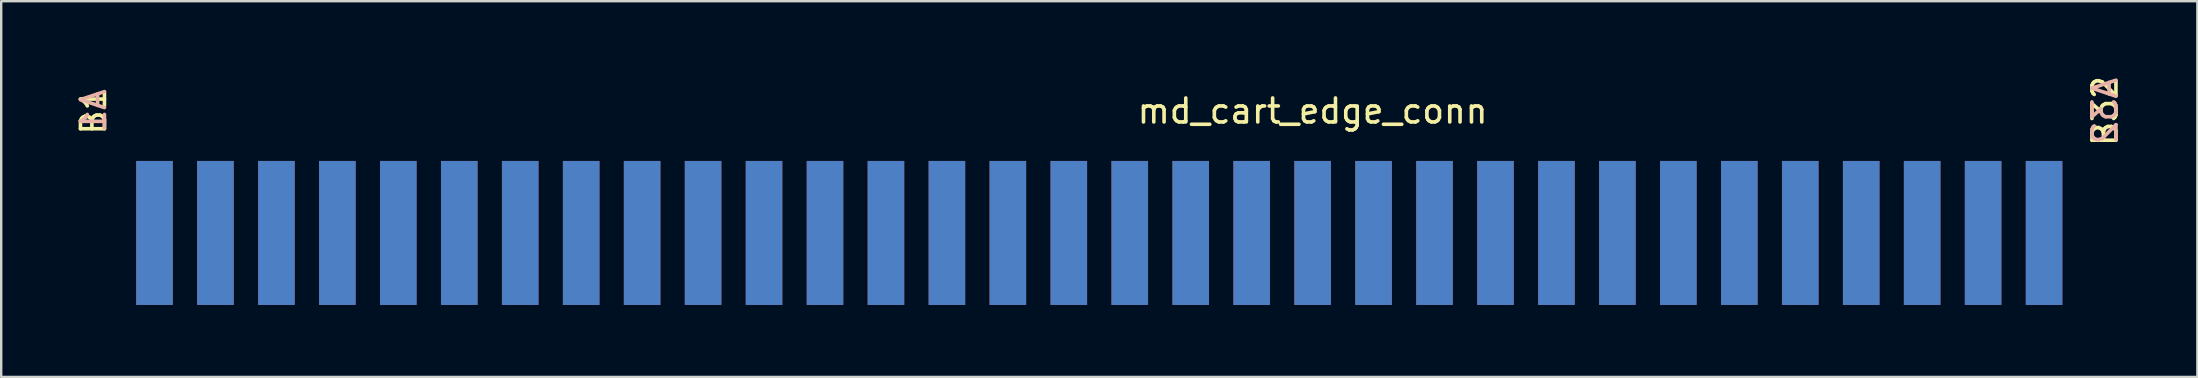
<source format=kicad_pcb>
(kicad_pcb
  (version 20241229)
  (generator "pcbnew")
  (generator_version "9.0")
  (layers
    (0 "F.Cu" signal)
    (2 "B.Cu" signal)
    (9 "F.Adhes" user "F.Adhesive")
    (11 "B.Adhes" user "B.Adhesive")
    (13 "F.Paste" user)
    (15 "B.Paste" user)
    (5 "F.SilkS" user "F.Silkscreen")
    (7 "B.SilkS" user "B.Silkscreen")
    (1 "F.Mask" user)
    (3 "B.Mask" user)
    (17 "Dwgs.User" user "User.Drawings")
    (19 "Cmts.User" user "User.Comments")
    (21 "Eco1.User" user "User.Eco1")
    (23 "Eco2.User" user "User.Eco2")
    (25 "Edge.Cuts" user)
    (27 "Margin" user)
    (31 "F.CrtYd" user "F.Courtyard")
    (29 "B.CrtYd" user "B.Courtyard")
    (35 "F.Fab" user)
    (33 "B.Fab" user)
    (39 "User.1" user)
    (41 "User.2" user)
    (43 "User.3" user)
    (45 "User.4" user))
  (footprint "md_cart_edge_conn"
    (layer "F.Cu")
    (at 3.388 6.657)
    (property "Reference" "md_cart_edge_conn" (at 48.26 -5.08 0) (layer "F.SilkS") (effects (font (size 1 1) (thickness 0.15))))
    (attr through_hole)
    (fp_text user "B32" (at 81.28 -5.08 90) (layer "F.SilkS") (effects (font (size 1 1) (thickness 0.15))))
    (fp_text user "B1" (at -2.54 -5.08 90) (layer "F.SilkS") (effects (font (size 1 1) (thickness 0.15))))
    (fp_text user "A1" (at -2.54 -5.08 90) (layer "B.SilkS") (effects (font (size 1 1) (thickness 0.15)) (justify mirror)))
    (fp_text user "A32" (at 81.28 -5.08 90) (layer "B.SilkS") (effects (font (size 1 1) (thickness 0.15)) (justify mirror)))
    (pad "A01" smd rect (at 0 0) (size 1.524 6) (layers "B.Cu" "B.Mask" "B.Paste"))
    (pad "A02" smd rect (at 2.54 0) (size 1.524 6) (layers "B.Cu" "B.Mask" "B.Paste"))
    (pad "A03" smd rect (at 5.08 0) (size 1.524 6) (layers "B.Cu" "B.Mask" "B.Paste"))
    (pad "A04" smd rect (at 7.62 0) (size 1.524 6) (layers "B.Cu" "B.Mask" "B.Paste"))
    (pad "A05" smd rect (at 10.16 0) (size 1.524 6) (layers "B.Cu" "B.Mask" "B.Paste"))
    (pad "A06" smd rect (at 12.7 0) (size 1.524 6) (layers "B.Cu" "B.Mask" "B.Paste"))
    (pad "A07" smd rect (at 15.24 0) (size 1.524 6) (layers "B.Cu" "B.Mask" "B.Paste"))
    (pad "A08" smd rect (at 17.78 0) (size 1.524 6) (layers "B.Cu" "B.Mask" "B.Paste"))
    (pad "A09" smd rect (at 20.32 0) (size 1.524 6) (layers "B.Cu" "B.Mask" "B.Paste"))
    (pad "A10" smd rect (at 22.86 0) (size 1.524 6) (layers "B.Cu" "B.Mask" "B.Paste"))
    (pad "A11" smd rect (at 25.4 0) (size 1.524 6) (layers "B.Cu" "B.Mask" "B.Paste"))
    (pad "A12" smd rect (at 27.94 0) (size 1.524 6) (layers "B.Cu" "B.Mask" "B.Paste"))
    (pad "A13" smd rect (at 30.48 0) (size 1.524 6) (layers "B.Cu" "B.Mask" "B.Paste"))
    (pad "A14" smd rect (at 33.02 0) (size 1.524 6) (layers "B.Cu" "B.Mask" "B.Paste"))
    (pad "A15" smd rect (at 35.56 0) (size 1.524 6) (layers "B.Cu" "B.Mask" "B.Paste"))
    (pad "A16" smd rect (at 38.1 0) (size 1.524 6) (layers "B.Cu" "B.Mask" "B.Paste"))
    (pad "A17" smd rect (at 40.64 0) (size 1.524 6) (layers "B.Cu" "B.Mask" "B.Paste"))
    (pad "A18" smd rect (at 43.18 0) (size 1.524 6) (layers "B.Cu" "B.Mask" "B.Paste"))
    (pad "A19" smd rect (at 45.72 0) (size 1.524 6) (layers "B.Cu" "B.Mask" "B.Paste"))
    (pad "A20" smd rect (at 48.26 0) (size 1.524 6) (layers "B.Cu" "B.Mask" "B.Paste"))
    (pad "A21" smd rect (at 50.8 0) (size 1.524 6) (layers "B.Cu" "B.Mask" "B.Paste"))
    (pad "A22" smd rect (at 53.34 0) (size 1.524 6) (layers "B.Cu" "B.Mask" "B.Paste"))
    (pad "A23" smd rect (at 55.88 0) (size 1.524 6) (layers "B.Cu" "B.Mask" "B.Paste"))
    (pad "A24" smd rect (at 58.42 0) (size 1.524 6) (layers "B.Cu" "B.Mask" "B.Paste"))
    (pad "A25" smd rect (at 60.96 0) (size 1.524 6) (layers "B.Cu" "B.Mask" "B.Paste"))
    (pad "A26" smd rect (at 63.5 0) (size 1.524 6) (layers "B.Cu" "B.Mask" "B.Paste"))
    (pad "A27" smd rect (at 66.04 0) (size 1.524 6) (layers "B.Cu" "B.Mask" "B.Paste"))
    (pad "A28" smd rect (at 68.58 0) (size 1.524 6) (layers "B.Cu" "B.Mask" "B.Paste"))
    (pad "A29" smd rect (at 71.12 0) (size 1.524 6) (layers "B.Cu" "B.Mask" "B.Paste"))
    (pad "A30" smd rect (at 73.66 0) (size 1.524 6) (layers "B.Cu" "B.Mask" "B.Paste"))
    (pad "A31" smd rect (at 76.2 0) (size 1.524 6) (layers "B.Cu" "B.Mask" "B.Paste"))
    (pad "A32" smd rect (at 78.74 0) (size 1.524 6) (layers "B.Cu" "B.Mask" "B.Paste"))
    (pad "B01" smd rect (at 0 0) (size 1.524 6) (layers "F.Cu" "F.Mask" "F.Paste"))
    (pad "B02" smd rect (at 2.54 0) (size 1.524 6) (layers "F.Cu" "F.Mask" "F.Paste"))
    (pad "B03" smd rect (at 5.08 0) (size 1.524 6) (layers "F.Cu" "F.Mask" "F.Paste"))
    (pad "B04" smd rect (at 7.62 0) (size 1.524 6) (layers "F.Cu" "F.Mask" "F.Paste"))
    (pad "B05" smd rect (at 10.16 0) (size 1.524 6) (layers "F.Cu" "F.Mask" "F.Paste"))
    (pad "B06" smd rect (at 12.7 0) (size 1.524 6) (layers "F.Cu" "F.Mask" "F.Paste"))
    (pad "B07" smd rect (at 15.24 0) (size 1.524 6) (layers "F.Cu" "F.Mask" "F.Paste"))
    (pad "B08" smd rect (at 17.78 0) (size 1.524 6) (layers "F.Cu" "F.Mask" "F.Paste"))
    (pad "B09" smd rect (at 20.32 0) (size 1.524 6) (layers "F.Cu" "F.Mask" "F.Paste"))
    (pad "B10" smd rect (at 22.86 0) (size 1.524 6) (layers "F.Cu" "F.Mask" "F.Paste"))
    (pad "B11" smd rect (at 25.4 0) (size 1.524 6) (layers "F.Cu" "F.Mask" "F.Paste"))
    (pad "B12" smd rect (at 27.94 0) (size 1.524 6) (layers "F.Cu" "F.Mask" "F.Paste"))
    (pad "B13" smd rect (at 30.48 0) (size 1.524 6) (layers "F.Cu" "F.Mask" "F.Paste"))
    (pad "B14" smd rect (at 33.02 0) (size 1.524 6) (layers "F.Cu" "F.Mask" "F.Paste"))
    (pad "B15" smd rect (at 35.56 0) (size 1.524 6) (layers "F.Cu" "F.Mask" "F.Paste"))
    (pad "B16" smd rect (at 38.1 0) (size 1.524 6) (layers "F.Cu" "F.Mask" "F.Paste"))
    (pad "B17" smd rect (at 40.64 0) (size 1.524 6) (layers "F.Cu" "F.Mask" "F.Paste"))
    (pad "B18" smd rect (at 43.18 0) (size 1.524 6) (layers "F.Cu" "F.Mask" "F.Paste"))
    (pad "B19" smd rect (at 45.72 0) (size 1.524 6) (layers "F.Cu" "F.Mask" "F.Paste"))
    (pad "B20" smd rect (at 48.26 0) (size 1.524 6) (layers "F.Cu" "F.Mask" "F.Paste"))
    (pad "B21" smd rect (at 50.8 0) (size 1.524 6) (layers "F.Cu" "F.Mask" "F.Paste"))
    (pad "B22" smd rect (at 53.34 0) (size 1.524 6) (layers "F.Cu" "F.Mask" "F.Paste"))
    (pad "B23" smd rect (at 55.88 0) (size 1.524 6) (layers "F.Cu" "F.Mask" "F.Paste"))
    (pad "B24" smd rect (at 58.42 0) (size 1.524 6) (layers "F.Cu" "F.Mask" "F.Paste"))
    (pad "B25" smd rect (at 60.96 0) (size 1.524 6) (layers "F.Cu" "F.Mask" "F.Paste"))
    (pad "B26" smd rect (at 63.5 0) (size 1.524 6) (layers "F.Cu" "F.Mask" "F.Paste"))
    (pad "B27" smd rect (at 66.04 0) (size 1.524 6) (layers "F.Cu" "F.Mask" "F.Paste"))
    (pad "B28" smd rect (at 68.58 0) (size 1.524 6) (layers "F.Cu" "F.Mask" "F.Paste"))
    (pad "B29" smd rect (at 71.12 0) (size 1.524 6) (layers "F.Cu" "F.Mask" "F.Paste"))
    (pad "B30" smd rect (at 73.66 0) (size 1.524 6) (layers "F.Cu" "F.Mask" "F.Paste"))
    (pad "B31" smd rect (at 76.2 0) (size 1.524 6) (layers "F.Cu" "F.Mask" "F.Paste"))
    (pad "B32" smd rect (at 78.74 0) (size 1.524 6) (layers "F.Cu" "F.Mask" "F.Paste")))
  (gr_rect
    (start -3 -3)
    (end 88.516 12.657)
    (stroke (width 0.1) (type default))
    (fill no)
    (layer "Edge.Cuts")))
</source>
